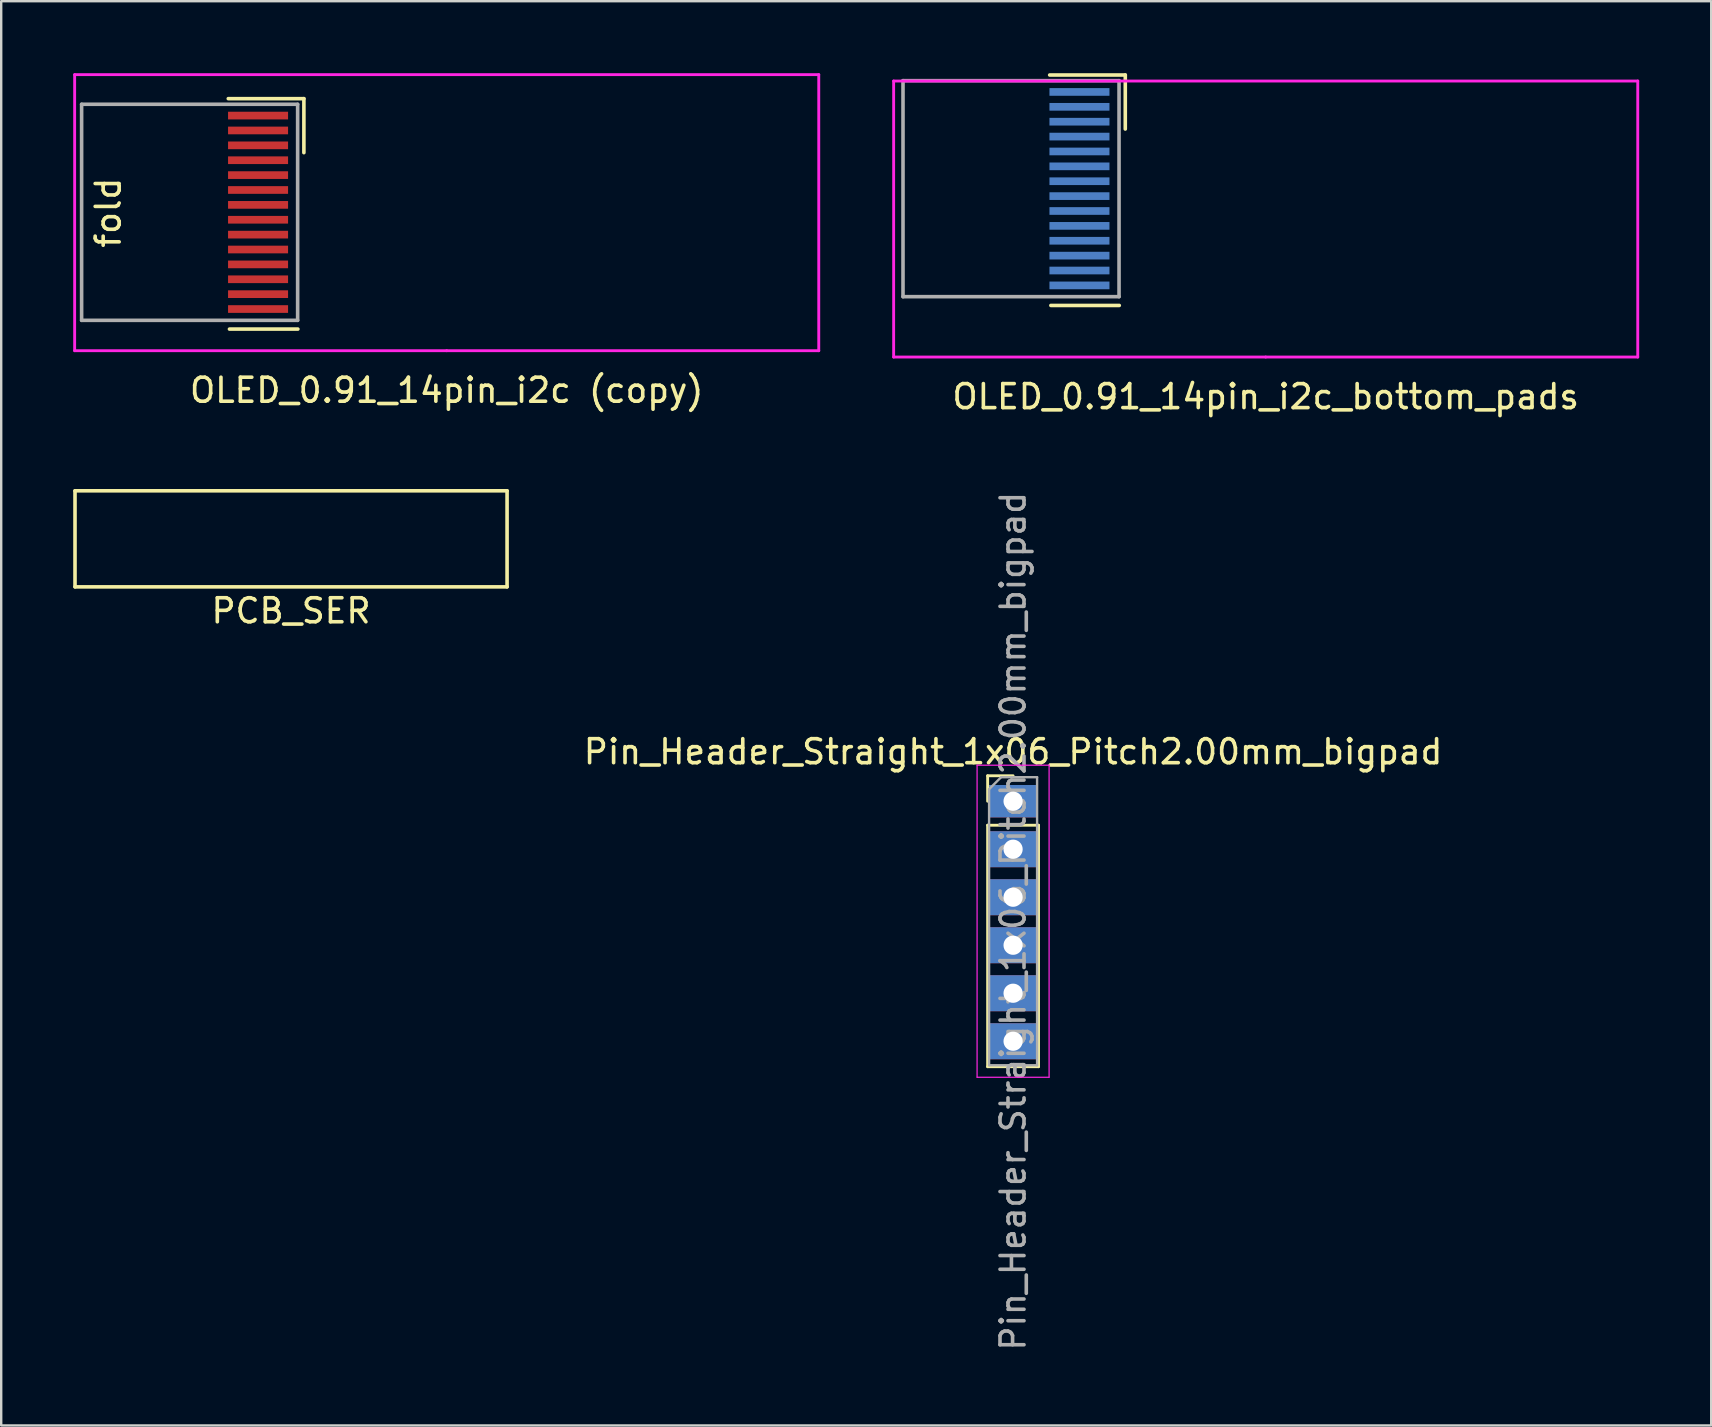
<source format=kicad_pcb>
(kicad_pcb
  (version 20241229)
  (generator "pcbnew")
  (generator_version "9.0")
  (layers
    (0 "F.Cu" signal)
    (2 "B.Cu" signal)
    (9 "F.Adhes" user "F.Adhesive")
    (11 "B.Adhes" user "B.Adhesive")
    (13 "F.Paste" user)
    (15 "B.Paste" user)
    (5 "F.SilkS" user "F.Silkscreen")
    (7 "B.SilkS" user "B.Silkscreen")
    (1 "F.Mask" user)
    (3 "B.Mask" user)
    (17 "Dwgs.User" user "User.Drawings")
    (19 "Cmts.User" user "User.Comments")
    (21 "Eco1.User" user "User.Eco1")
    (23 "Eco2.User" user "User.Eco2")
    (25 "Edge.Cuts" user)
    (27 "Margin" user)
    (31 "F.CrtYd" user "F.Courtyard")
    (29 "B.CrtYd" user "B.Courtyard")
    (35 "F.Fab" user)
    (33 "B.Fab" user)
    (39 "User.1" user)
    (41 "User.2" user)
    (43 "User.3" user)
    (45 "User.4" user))
  (footprint "Pin_Header_Straight_1x06_Pitch2.00mm_bigpad"
    (layer "F.Cu")
    (at 39.156 30.329)
    (property "Reference" "Pin_Header_Straight_1x06_Pitch2.00mm_bigpad" (at 0 -2.06 0) (layer "F.SilkS") (effects (font (size 1 1) (thickness 0.15))))
    (attr through_hole)
    (fp_line (start -1.06 -1.06) (end 0 -1.06) (stroke (width 0.12) (type solid)) (layer "F.SilkS"))
    (fp_line (start -1.06 0) (end -1.06 -1.06) (stroke (width 0.12) (type solid)) (layer "F.SilkS"))
    (fp_line (start -1.06 1) (end -1.06 11.06) (stroke (width 0.12) (type solid)) (layer "F.SilkS"))
    (fp_line (start -1.06 1) (end 1.06 1) (stroke (width 0.12) (type solid)) (layer "F.SilkS"))
    (fp_line (start -1.06 11.06) (end 1.06 11.06) (stroke (width 0.12) (type solid)) (layer "F.SilkS"))
    (fp_line (start 1.06 1) (end 1.06 11.06) (stroke (width 0.12) (type solid)) (layer "F.SilkS"))
    (fp_line (start -1.5 -1.5) (end -1.5 11.5) (stroke (width 0.05) (type solid)) (layer "F.CrtYd"))
    (fp_line (start -1.5 11.5) (end 1.5 11.5) (stroke (width 0.05) (type solid)) (layer "F.CrtYd"))
    (fp_line (start 1.5 -1.5) (end -1.5 -1.5) (stroke (width 0.05) (type solid)) (layer "F.CrtYd"))
    (fp_line (start 1.5 11.5) (end 1.5 -1.5) (stroke (width 0.05) (type solid)) (layer "F.CrtYd"))
    (fp_line (start -1 -0.5) (end -0.5 -1) (stroke (width 0.1) (type solid)) (layer "F.Fab"))
    (fp_line (start -1 11) (end -1 -0.5) (stroke (width 0.1) (type solid)) (layer "F.Fab"))
    (fp_line (start -0.5 -1) (end 1 -1) (stroke (width 0.1) (type solid)) (layer "F.Fab"))
    (fp_line (start 1 -1) (end 1 11) (stroke (width 0.1) (type solid)) (layer "F.Fab"))
    (fp_line (start 1 11) (end -1 11) (stroke (width 0.1) (type solid)) (layer "F.Fab"))
    (fp_text user "${REFERENCE}" (at 0 5 90) (layer "F.Fab") (effects (font (size 1 1) (thickness 0.15))))
    (pad "1" thru_hole rect (at 0 0) (size 2 1.35) (drill 0.8) (layers "*.Cu" "*.Mask"))
    (pad "2" thru_hole rect (at 0 2) (size 2 1.5) (drill 0.8) (layers "*.Cu" "*.Mask"))
    (pad "3" thru_hole rect (at 0 4) (size 2 1.5) (drill 0.8) (layers "*.Cu" "*.Mask"))
    (pad "4" thru_hole rect (at 0 6) (size 2 1.5) (drill 0.8) (layers "*.Cu" "*.Mask"))
    (pad "5" thru_hole rect (at 0 8) (size 2 1.5) (drill 0.8) (layers "*.Cu" "*.Mask"))
    (pad "6" thru_hole rect (at 0 10) (size 2 1.5) (drill 0.8) (layers "*.Cu" "*.Mask")))
  (footprint "PCB_SER"
    (layer "F.Cu")
    (at 9.075 19.398)
    (property "Reference" "PCB_SER" (at 0 3 0) (layer "F.SilkS") (effects (font (size 1 1) (thickness 0.15))))
    (attr through_hole)
    (fp_line (start -9 -2) (end 9 -2) (stroke (width 0.15) (type solid)) (layer "F.SilkS"))
    (fp_line (start -9 2) (end -9 -2) (stroke (width 0.15) (type solid)) (layer "F.SilkS"))
    (fp_line (start 9 -2) (end 9 2) (stroke (width 0.15) (type solid)) (layer "F.SilkS"))
    (fp_line (start 9 2) (end -9 2) (stroke (width 0.15) (type solid)) (layer "F.SilkS")))
  (footprint "OLED_0.91_14pin_i2c (copy)"
    (layer "F.Cu")
    (at 15.56 5.81)
    (property "Reference" "OLED_0.91_14pin_i2c (copy)" (at 0 7.4 0) (layer "F.SilkS") (effects (font (size 1 1) (thickness 0.15))))
    (attr through_hole)
    (fp_line (start -9.1 -4.75) (end -5.95 -4.75) (stroke (width 0.15) (type solid)) (layer "F.SilkS"))
    (fp_line (start -6.2 4.85) (end -9.05 4.85) (stroke (width 0.15) (type solid)) (layer "F.SilkS"))
    (fp_line (start -5.95 -4.75) (end -5.95 -2.5) (stroke (width 0.15) (type solid)) (layer "F.SilkS"))
    (fp_line (start -15.5 -5.75) (end 15.5 -5.75) (stroke (width 0.12) (type solid)) (layer "F.CrtYd"))
    (fp_line (start -15.5 5.75) (end -15.5 -5.75) (stroke (width 0.12) (type solid)) (layer "F.CrtYd"))
    (fp_line (start 0 5.75) (end -15.5 5.75) (stroke (width 0.12) (type solid)) (layer "F.CrtYd"))
    (fp_line (start 15.5 -5.75) (end 15.5 5.75) (stroke (width 0.12) (type solid)) (layer "F.CrtYd"))
    (fp_line (start 15.5 5.75) (end 0 5.75) (stroke (width 0.12) (type solid)) (layer "F.CrtYd"))
    (fp_line (start -15.21 -4.515) (end -6.21 -4.515) (stroke (width 0.15) (type solid)) (layer "F.Fab"))
    (fp_line (start -15.21 4.485) (end -15.21 -4.515) (stroke (width 0.15) (type solid)) (layer "F.Fab"))
    (fp_line (start -6.21 -4.515) (end -6.21 4.485) (stroke (width 0.15) (type solid)) (layer "F.Fab"))
    (fp_line (start -6.21 4.485) (end -15.21 4.485) (stroke (width 0.15) (type solid)) (layer "F.Fab"))
    (fp_text user "fold" (at -14.1 0 270) (layer "F.SilkS") (effects (font (size 1 1) (thickness 0.15))))
    (pad "1" smd rect (at -7.859 -4.045) (size 2.5 0.32) (layers "F.Cu" "F.Mask" "F.Paste"))
    (pad "2" smd rect (at -7.859 -3.425) (size 2.5 0.32) (layers "F.Cu" "F.Mask" "F.Paste"))
    (pad "3" smd rect (at -7.859 -2.805) (size 2.5 0.32) (layers "F.Cu" "F.Mask" "F.Paste"))
    (pad "4" smd rect (at -7.859 -2.185) (size 2.5 0.32) (layers "F.Cu" "F.Mask" "F.Paste"))
    (pad "5" smd rect (at -7.859 -1.565) (size 2.5 0.32) (layers "F.Cu" "F.Mask" "F.Paste"))
    (pad "6" smd rect (at -7.859 -0.945) (size 2.5 0.32) (layers "F.Cu" "F.Mask" "F.Paste"))
    (pad "7" smd rect (at -7.859 -0.325) (size 2.5 0.32) (layers "F.Cu" "F.Mask" "F.Paste"))
    (pad "8" smd rect (at -7.859 0.295) (size 2.5 0.32) (layers "F.Cu" "F.Mask" "F.Paste"))
    (pad "9" smd rect (at -7.859 0.915) (size 2.5 0.32) (layers "F.Cu" "F.Mask" "F.Paste"))
    (pad "10" smd rect (at -7.859 1.535) (size 2.5 0.32) (layers "F.Cu" "F.Mask" "F.Paste"))
    (pad "11" smd rect (at -7.859 2.155) (size 2.5 0.32) (layers "F.Cu" "F.Mask" "F.Paste"))
    (pad "12" smd rect (at -7.859 2.775) (size 2.5 0.32) (layers "F.Cu" "F.Mask" "F.Paste"))
    (pad "13" smd rect (at -7.859 3.395) (size 2.5 0.32) (layers "F.Cu" "F.Mask" "F.Paste"))
    (pad "14" smd rect (at -7.859 4.015) (size 2.5 0.32) (layers "F.Cu" "F.Mask" "F.Paste")))
  (footprint "OLED_0.91_14pin_i2c_bottom_pads"
    (layer "F.Cu")
    (at 49.68 6.075)
    (property "Reference" "OLED_0.91_14pin_i2c_bottom_pads" (at 0 7.4 0) (layer "F.SilkS") (effects (font (size 1 1) (thickness 0.15))))
    (attr through_hole)
    (fp_line (start -9 -6) (end -5.85 -6) (stroke (width 0.15) (type solid)) (layer "F.SilkS"))
    (fp_line (start -6.1 3.6) (end -8.95 3.6) (stroke (width 0.15) (type solid)) (layer "F.SilkS"))
    (fp_line (start -5.85 -6) (end -5.85 -3.75) (stroke (width 0.15) (type solid)) (layer "F.SilkS"))
    (fp_line (start -14.9 -5.95) (end -14.9 3.5) (stroke (width 0.12) (type solid)) (layer "Eco1.User"))
    (fp_line (start -14.9 3.5) (end -14.4 3.5) (stroke (width 0.12) (type solid)) (layer "Eco1.User"))
    (fp_line (start -14.4 -5.95) (end -14.9 -5.95) (stroke (width 0.12) (type solid)) (layer "Eco1.User"))
    (fp_line (start -14.4 3.5) (end -14.4 -5.95) (stroke (width 0.12) (type solid)) (layer "Eco1.User"))
    (fp_line (start -15.5 -5.75) (end 15.5 -5.75) (stroke (width 0.12) (type solid)) (layer "F.CrtYd"))
    (fp_line (start -15.5 5.75) (end -15.5 -5.75) (stroke (width 0.12) (type solid)) (layer "F.CrtYd"))
    (fp_line (start 0 5.75) (end -15.5 5.75) (stroke (width 0.12) (type solid)) (layer "F.CrtYd"))
    (fp_line (start 15.5 -5.75) (end 15.5 5.75) (stroke (width 0.12) (type solid)) (layer "F.CrtYd"))
    (fp_line (start 15.5 5.75) (end 0 5.75) (stroke (width 0.12) (type solid)) (layer "F.CrtYd"))
    (fp_line (start -15.11 -5.765) (end -6.11 -5.765) (stroke (width 0.15) (type solid)) (layer "F.Fab"))
    (fp_line (start -15.11 3.235) (end -15.11 -5.765) (stroke (width 0.15) (type solid)) (layer "F.Fab"))
    (fp_line (start -6.11 -5.765) (end -6.11 3.235) (stroke (width 0.15) (type solid)) (layer "F.Fab"))
    (fp_line (start -6.11 3.235) (end -15.11 3.235) (stroke (width 0.15) (type solid)) (layer "F.Fab"))
    (fp_text user "slot" (at -12.25 -2.15 270) (layer "Eco1.User") (effects (font (size 1 1) (thickness 0.15))))
    (pad "1" smd rect (at -7.759 -5.295) (size 2.5 0.32) (layers "B.Cu" "B.Mask" "B.Paste"))
    (pad "2" smd rect (at -7.759 -4.675) (size 2.5 0.32) (layers "B.Cu" "B.Mask" "B.Paste"))
    (pad "3" smd rect (at -7.759 -4.055) (size 2.5 0.32) (layers "B.Cu" "B.Mask" "B.Paste"))
    (pad "4" smd rect (at -7.759 -3.435) (size 2.5 0.32) (layers "B.Cu" "B.Mask" "B.Paste"))
    (pad "5" smd rect (at -7.759 -2.815) (size 2.5 0.32) (layers "B.Cu" "B.Mask" "B.Paste"))
    (pad "6" smd rect (at -7.759 -2.195) (size 2.5 0.32) (layers "B.Cu" "B.Mask" "B.Paste"))
    (pad "7" smd rect (at -7.759 -1.575) (size 2.5 0.32) (layers "B.Cu" "B.Mask" "B.Paste"))
    (pad "8" smd rect (at -7.759 -0.955) (size 2.5 0.32) (layers "B.Cu" "B.Mask" "B.Paste"))
    (pad "9" smd rect (at -7.759 -0.335) (size 2.5 0.32) (layers "B.Cu" "B.Mask" "B.Paste"))
    (pad "10" smd rect (at -7.759 0.285) (size 2.5 0.32) (layers "B.Cu" "B.Mask" "B.Paste"))
    (pad "11" smd rect (at -7.759 0.905) (size 2.5 0.32) (layers "B.Cu" "B.Mask" "B.Paste"))
    (pad "12" smd rect (at -7.759 1.525) (size 2.5 0.32) (layers "B.Cu" "B.Mask" "B.Paste"))
    (pad "13" smd rect (at -7.759 2.145) (size 2.5 0.32) (layers "B.Cu" "B.Mask" "B.Paste"))
    (pad "14" smd rect (at -7.759 2.765) (size 2.5 0.32) (layers "B.Cu" "B.Mask" "B.Paste")))
  (gr_rect
    (start -3 -3)
    (end 68.24 56.335)
    (stroke (width 0.1) (type default))
    (fill no)
    (layer "Edge.Cuts")))
</source>
